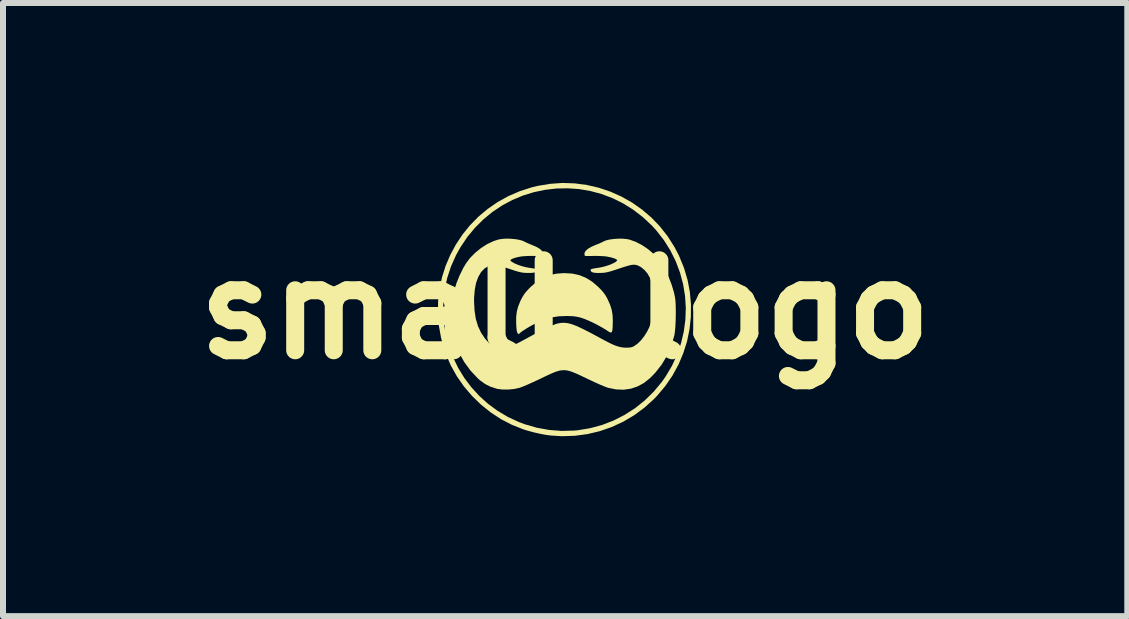
<source format=kicad_pcb>
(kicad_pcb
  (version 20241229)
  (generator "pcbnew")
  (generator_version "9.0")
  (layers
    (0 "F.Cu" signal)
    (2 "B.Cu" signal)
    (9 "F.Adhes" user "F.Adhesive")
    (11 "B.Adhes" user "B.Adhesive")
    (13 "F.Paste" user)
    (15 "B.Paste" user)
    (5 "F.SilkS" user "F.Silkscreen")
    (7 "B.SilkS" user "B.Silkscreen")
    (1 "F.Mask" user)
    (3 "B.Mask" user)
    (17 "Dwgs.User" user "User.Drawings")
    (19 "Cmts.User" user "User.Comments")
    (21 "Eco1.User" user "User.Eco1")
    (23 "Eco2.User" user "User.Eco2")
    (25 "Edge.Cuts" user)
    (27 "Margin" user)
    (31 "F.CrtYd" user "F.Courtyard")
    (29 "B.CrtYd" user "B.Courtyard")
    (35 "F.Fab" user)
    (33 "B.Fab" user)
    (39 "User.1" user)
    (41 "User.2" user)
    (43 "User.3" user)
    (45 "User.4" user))
  (footprint "small_logo"
    (layer "F.Cu")
    (at 6.371 2.111)
    (property "Reference" "small_logo" (at 0 0 0) (layer "F.SilkS") (effects (font (size 1.5 1.5) (thickness 0.3))))
    (attr board_only exclude_from_pos_files exclude_from_bom)
    (fp_poly (pts (xy 0.119 -0.6) (xy 0.238 -0.574) (xy 0.348 -0.529) (xy 0.451 -0.465) (xy 0.551 -0.379) (xy 0.559 -0.371) (xy 0.607 -0.322) (xy 0.643 -0.28) (xy 0.671 -0.24) (xy 0.698 -0.194) (xy 0.71 -0.169) (xy 0.75 -0.081) (xy 0.776 0.003) (xy 0.791 0.089) (xy 0.795 0.185) (xy 0.794 0.23) (xy 0.792 0.296) (xy 0.788 0.342) (xy 0.781 0.37) (xy 0.769 0.382) (xy 0.75 0.38) (xy 0.722 0.365) (xy 0.686 0.341) (xy 0.619 0.3) (xy 0.543 0.258) (xy 0.463 0.217) (xy 0.384 0.181) (xy 0.312 0.152) (xy 0.252 0.132) (xy 0.249 0.131) (xy 0.193 0.119) (xy 0.135 0.111) (xy 0.065 0.108) (xy 0.022 0.107) (xy -0.107 0.112) (xy -0.225 0.13) (xy -0.338 0.162) (xy -0.454 0.211) (xy -0.48 0.224) (xy -0.533 0.252) (xy -0.588 0.282) (xy -0.641 0.313) (xy -0.688 0.343) (xy -0.726 0.368) (xy -0.749 0.387) (xy -0.755 0.394) (xy -0.77 0.408) (xy -0.787 0.4) (xy -0.798 0.384) (xy -0.805 0.362) (xy -0.81 0.323) (xy -0.814 0.271) (xy -0.816 0.23) (xy -0.816 0.127) (xy -0.806 0.038) (xy -0.785 -0.046) (xy -0.751 -0.131) (xy -0.733 -0.169) (xy -0.706 -0.219) (xy -0.679 -0.261) (xy -0.647 -0.301) (xy -0.606 -0.346) (xy -0.581 -0.371) (xy -0.482 -0.458) (xy -0.379 -0.524) (xy -0.27 -0.571) (xy -0.152 -0.598) (xy -0.023 -0.608) (xy -0.011 -0.608)) (stroke (width 0) (type solid)) (fill yes) (layer "F.SilkS"))
    (fp_poly (pts (xy 0.161 -2.104) (xy 0.364 -2.077) (xy 0.563 -2.031) (xy 0.755 -1.966) (xy 0.941 -1.883) (xy 1.118 -1.783) (xy 1.284 -1.666) (xy 1.44 -1.533) (xy 1.582 -1.384) (xy 1.71 -1.221) (xy 1.823 -1.044) (xy 1.9 -0.895) (xy 1.981 -0.697) (xy 2.041 -0.495) (xy 2.08 -0.29) (xy 2.098 -0.084) (xy 2.096 0.122) (xy 2.074 0.327) (xy 2.033 0.528) (xy 1.971 0.724) (xy 1.891 0.915) (xy 1.791 1.098) (xy 1.673 1.271) (xy 1.536 1.434) (xy 1.481 1.492) (xy 1.321 1.636) (xy 1.15 1.762) (xy 0.967 1.87) (xy 0.776 1.958) (xy 0.577 2.027) (xy 0.372 2.076) (xy 0.161 2.104) (xy -0.053 2.111) (xy -0.243 2.099) (xy -0.326 2.088) (xy -0.421 2.07) (xy -0.521 2.047) (xy -0.618 2.021) (xy -0.69 1.999) (xy -0.883 1.923) (xy -1.067 1.828) (xy -1.241 1.714) (xy -1.403 1.584) (xy -1.552 1.439) (xy -1.687 1.281) (xy -1.806 1.11) (xy -1.907 0.929) (xy -1.989 0.739) (xy -2.01 0.679) (xy -2.068 0.472) (xy -2.105 0.266) (xy -2.121 0.06) (xy -2.121 0.054) (xy -2.034 0.054) (xy -2.019 0.247) (xy -1.985 0.437) (xy -1.934 0.622) (xy -1.866 0.802) (xy -1.781 0.975) (xy -1.68 1.14) (xy -1.563 1.295) (xy -1.432 1.438) (xy -1.286 1.57) (xy -1.127 1.687) (xy -0.954 1.79) (xy -0.768 1.876) (xy -0.671 1.912) (xy -0.469 1.97) (xy -0.263 2.007) (xy -0.055 2.023) (xy 0.153 2.017) (xy 0.208 2.012) (xy 0.414 1.978) (xy 0.615 1.924) (xy 0.807 1.85) (xy 0.991 1.756) (xy 1.165 1.645) (xy 1.326 1.516) (xy 1.475 1.371) (xy 1.609 1.21) (xy 1.674 1.118) (xy 1.78 0.94) (xy 1.866 0.754) (xy 1.932 0.563) (xy 1.978 0.367) (xy 2.005 0.169) (xy 2.012 -0.03) (xy 1.999 -0.228) (xy 1.967 -0.424) (xy 1.915 -0.617) (xy 1.845 -0.804) (xy 1.755 -0.985) (xy 1.647 -1.157) (xy 1.52 -1.32) (xy 1.45 -1.397) (xy 1.297 -1.541) (xy 1.134 -1.666) (xy 0.964 -1.772) (xy 0.787 -1.859) (xy 0.606 -1.927) (xy 0.42 -1.977) (xy 0.231 -2.009) (xy 0.042 -2.022) (xy -0.148 -2.018) (xy -0.336 -1.996) (xy -0.522 -1.957) (xy -0.703 -1.901) (xy -0.879 -1.827) (xy -1.048 -1.737) (xy -1.209 -1.63) (xy -1.36 -1.506) (xy -1.501 -1.366) (xy -1.63 -1.211) (xy -1.745 -1.039) (xy -1.818 -0.908) (xy -1.902 -0.721) (xy -1.965 -0.529) (xy -2.008 -0.335) (xy -2.03 -0.141) (xy -2.034 0.054) (xy -2.121 0.054) (xy -2.117 -0.144) (xy -2.094 -0.344) (xy -2.052 -0.54) (xy -1.992 -0.729) (xy -1.914 -0.912) (xy -1.82 -1.086) (xy -1.711 -1.251) (xy -1.586 -1.405) (xy -1.446 -1.548) (xy -1.292 -1.677) (xy -1.126 -1.792) (xy -0.947 -1.891) (xy -0.755 -1.974) (xy -0.553 -2.039) (xy -0.463 -2.061) (xy -0.254 -2.096) (xy -0.046 -2.111)) (stroke (width 0) (type solid)) (fill yes) (layer "F.SilkS"))
    (fp_poly (pts (xy -0.905 -1.181) (xy -0.829 -1.174) (xy -0.761 -1.162) (xy -0.705 -1.146) (xy -0.677 -1.132) (xy -0.655 -1.121) (xy -0.619 -1.105) (xy -0.577 -1.087) (xy -0.569 -1.084) (xy -0.489 -1.05) (xy -0.429 -1.017) (xy -0.39 -0.984) (xy -0.369 -0.95) (xy -0.366 -0.914) (xy -0.367 -0.91) (xy -0.37 -0.902) (xy -0.379 -0.897) (xy -0.396 -0.893) (xy -0.426 -0.893) (xy -0.473 -0.893) (xy -0.509 -0.894) (xy -0.573 -0.895) (xy -0.639 -0.893) (xy -0.698 -0.889) (xy -0.735 -0.885) (xy -0.789 -0.875) (xy -0.837 -0.862) (xy -0.877 -0.848) (xy -0.904 -0.834) (xy -0.913 -0.822) (xy -0.913 -0.819) (xy -0.89 -0.797) (xy -0.849 -0.773) (xy -0.796 -0.75) (xy -0.734 -0.728) (xy -0.668 -0.71) (xy -0.602 -0.697) (xy -0.601 -0.697) (xy -0.545 -0.689) (xy -0.508 -0.682) (xy -0.485 -0.677) (xy -0.474 -0.671) (xy -0.47 -0.663) (xy -0.47 -0.652) (xy -0.47 -0.65) (xy -0.482 -0.63) (xy -0.514 -0.617) (xy -0.567 -0.611) (xy -0.641 -0.611) (xy -0.659 -0.612) (xy -0.7 -0.615) (xy -0.741 -0.622) (xy -0.787 -0.633) (xy -0.844 -0.65) (xy -0.915 -0.674) (xy -0.93 -0.679) (xy -1.012 -0.706) (xy -1.077 -0.726) (xy -1.127 -0.74) (xy -1.167 -0.747) (xy -1.2 -0.748) (xy -1.228 -0.744) (xy -1.256 -0.735) (xy -1.269 -0.73) (xy -1.341 -0.687) (xy -1.4 -0.626) (xy -1.447 -0.547) (xy -1.483 -0.449) (xy -1.506 -0.334) (xy -1.517 -0.201) (xy -1.518 -0.138) (xy -1.51 0.016) (xy -1.489 0.154) (xy -1.452 0.277) (xy -1.401 0.386) (xy -1.335 0.484) (xy -1.282 0.543) (xy -1.229 0.589) (xy -1.176 0.618) (xy -1.117 0.632) (xy -1.056 0.635) (xy -1.009 0.632) (xy -0.961 0.624) (xy -0.91 0.61) (xy -0.852 0.588) (xy -0.785 0.557) (xy -0.705 0.515) (xy -0.629 0.474) (xy -0.536 0.423) (xy -0.445 0.376) (xy -0.361 0.333) (xy -0.284 0.296) (xy -0.218 0.266) (xy -0.166 0.245) (xy -0.131 0.233) (xy -0.068 0.222) (xy -0.009 0.22) (xy 0.052 0.228) (xy 0.118 0.246) (xy 0.194 0.275) (xy 0.282 0.316) (xy 0.346 0.348) (xy 0.422 0.387) (xy 0.499 0.428) (xy 0.57 0.466) (xy 0.584 0.474) (xy 0.677 0.524) (xy 0.754 0.563) (xy 0.819 0.593) (xy 0.876 0.613) (xy 0.926 0.626) (xy 0.973 0.633) (xy 1.012 0.635) (xy 1.063 0.634) (xy 1.1 0.629) (xy 1.131 0.619) (xy 1.148 0.61) (xy 1.206 0.57) (xy 1.264 0.513) (xy 1.32 0.442) (xy 1.37 0.362) (xy 1.406 0.287) (xy 1.435 0.2) (xy 1.456 0.098) (xy 1.469 -0.012) (xy 1.474 -0.127) (xy 1.47 -0.242) (xy 1.459 -0.351) (xy 1.44 -0.449) (xy 1.412 -0.533) (xy 1.41 -0.537) (xy 1.374 -0.6) (xy 1.325 -0.658) (xy 1.269 -0.705) (xy 1.225 -0.73) (xy 1.196 -0.741) (xy 1.168 -0.747) (xy 1.138 -0.748) (xy 1.102 -0.744) (xy 1.057 -0.733) (xy 0.999 -0.716) (xy 0.925 -0.692) (xy 0.886 -0.679) (xy 0.811 -0.654) (xy 0.752 -0.636) (xy 0.704 -0.624) (xy 0.663 -0.616) (xy 0.623 -0.612) (xy 0.615 -0.612) (xy 0.537 -0.61) (xy 0.479 -0.615) (xy 0.443 -0.627) (xy 0.427 -0.645) (xy 0.426 -0.65) (xy 0.425 -0.662) (xy 0.428 -0.67) (xy 0.439 -0.676) (xy 0.46 -0.681) (xy 0.495 -0.688) (xy 0.548 -0.696) (xy 0.557 -0.697) (xy 0.623 -0.71) (xy 0.689 -0.728) (xy 0.751 -0.749) (xy 0.804 -0.773) (xy 0.845 -0.796) (xy 0.868 -0.818) (xy 0.868 -0.819) (xy 0.864 -0.83) (xy 0.842 -0.844) (xy 0.806 -0.858) (xy 0.76 -0.871) (xy 0.707 -0.882) (xy 0.691 -0.885) (xy 0.643 -0.89) (xy 0.582 -0.893) (xy 0.516 -0.895) (xy 0.465 -0.894) (xy 0.407 -0.893) (xy 0.368 -0.893) (xy 0.344 -0.894) (xy 0.33 -0.898) (xy 0.324 -0.905) (xy 0.323 -0.91) (xy 0.324 -0.946) (xy 0.343 -0.98) (xy 0.38 -1.013) (xy 0.438 -1.047) (xy 0.516 -1.081) (xy 0.525 -1.084) (xy 0.568 -1.101) (xy 0.605 -1.118) (xy 0.63 -1.13) (xy 0.633 -1.132) (xy 0.677 -1.152) (xy 0.738 -1.167) (xy 0.809 -1.177) (xy 0.885 -1.182) (xy 0.961 -1.182) (xy 1.031 -1.175) (xy 1.072 -1.167) (xy 1.176 -1.13) (xy 1.281 -1.076) (xy 1.383 -1.007) (xy 1.477 -0.927) (xy 1.559 -0.839) (xy 1.609 -0.769) (xy 1.671 -0.66) (xy 1.728 -0.539) (xy 1.777 -0.412) (xy 1.814 -0.288) (xy 1.832 -0.205) (xy 1.839 -0.15) (xy 1.843 -0.079) (xy 1.845 0.003) (xy 1.845 0.091) (xy 1.843 0.18) (xy 1.839 0.266) (xy 1.833 0.343) (xy 1.825 0.406) (xy 1.819 0.437) (xy 1.769 0.607) (xy 1.7 0.766) (xy 1.611 0.915) (xy 1.504 1.052) (xy 1.415 1.143) (xy 1.316 1.222) (xy 1.209 1.281) (xy 1.095 1.319) (xy 0.976 1.336) (xy 0.851 1.331) (xy 0.721 1.305) (xy 0.719 1.305) (xy 0.686 1.293) (xy 0.637 1.274) (xy 0.575 1.248) (xy 0.506 1.217) (xy 0.432 1.182) (xy 0.376 1.156) (xy 0.282 1.111) (xy 0.205 1.075) (xy 0.141 1.048) (xy 0.088 1.029) (xy 0.043 1.017) (xy 0.004 1.011) (xy -0.034 1.011) (xy -0.072 1.014) (xy -0.091 1.017) (xy -0.124 1.026) (xy -0.169 1.041) (xy -0.226 1.065) (xy -0.299 1.098) (xy -0.389 1.141) (xy -0.42 1.156) (xy -0.495 1.191) (xy -0.569 1.225) (xy -0.636 1.255) (xy -0.695 1.28) (xy -0.74 1.297) (xy -0.763 1.305) (xy -0.851 1.324) (xy -0.946 1.333) (xy -1.04 1.333) (xy -1.125 1.323) (xy -1.147 1.317) (xy -1.246 1.285) (xy -1.333 1.241) (xy -1.417 1.181) (xy -1.46 1.142) (xy -1.58 1.014) (xy -1.682 0.874) (xy -1.766 0.723) (xy -1.83 0.56) (xy -1.864 0.437) (xy -1.872 0.385) (xy -1.879 0.317) (xy -1.885 0.236) (xy -1.888 0.148) (xy -1.889 0.059) (xy -1.889 -0.028) (xy -1.886 -0.106) (xy -1.881 -0.172) (xy -1.876 -0.205) (xy -1.849 -0.323) (xy -1.808 -0.448) (xy -1.757 -0.574) (xy -1.698 -0.693) (xy -1.653 -0.769) (xy -1.584 -0.861) (xy -1.499 -0.947) (xy -1.403 -1.025) (xy -1.3 -1.091) (xy -1.194 -1.141) (xy -1.116 -1.167) (xy -1.053 -1.178) (xy -0.981 -1.183)) (stroke (width 0) (type solid)) (fill yes) (layer "F.SilkS")))
  (gr_rect
    (start -3 -3)
    (end 15.743 7.221)
    (stroke (width 0.1) (type default))
    (fill no)
    (layer "Edge.Cuts")))
</source>
